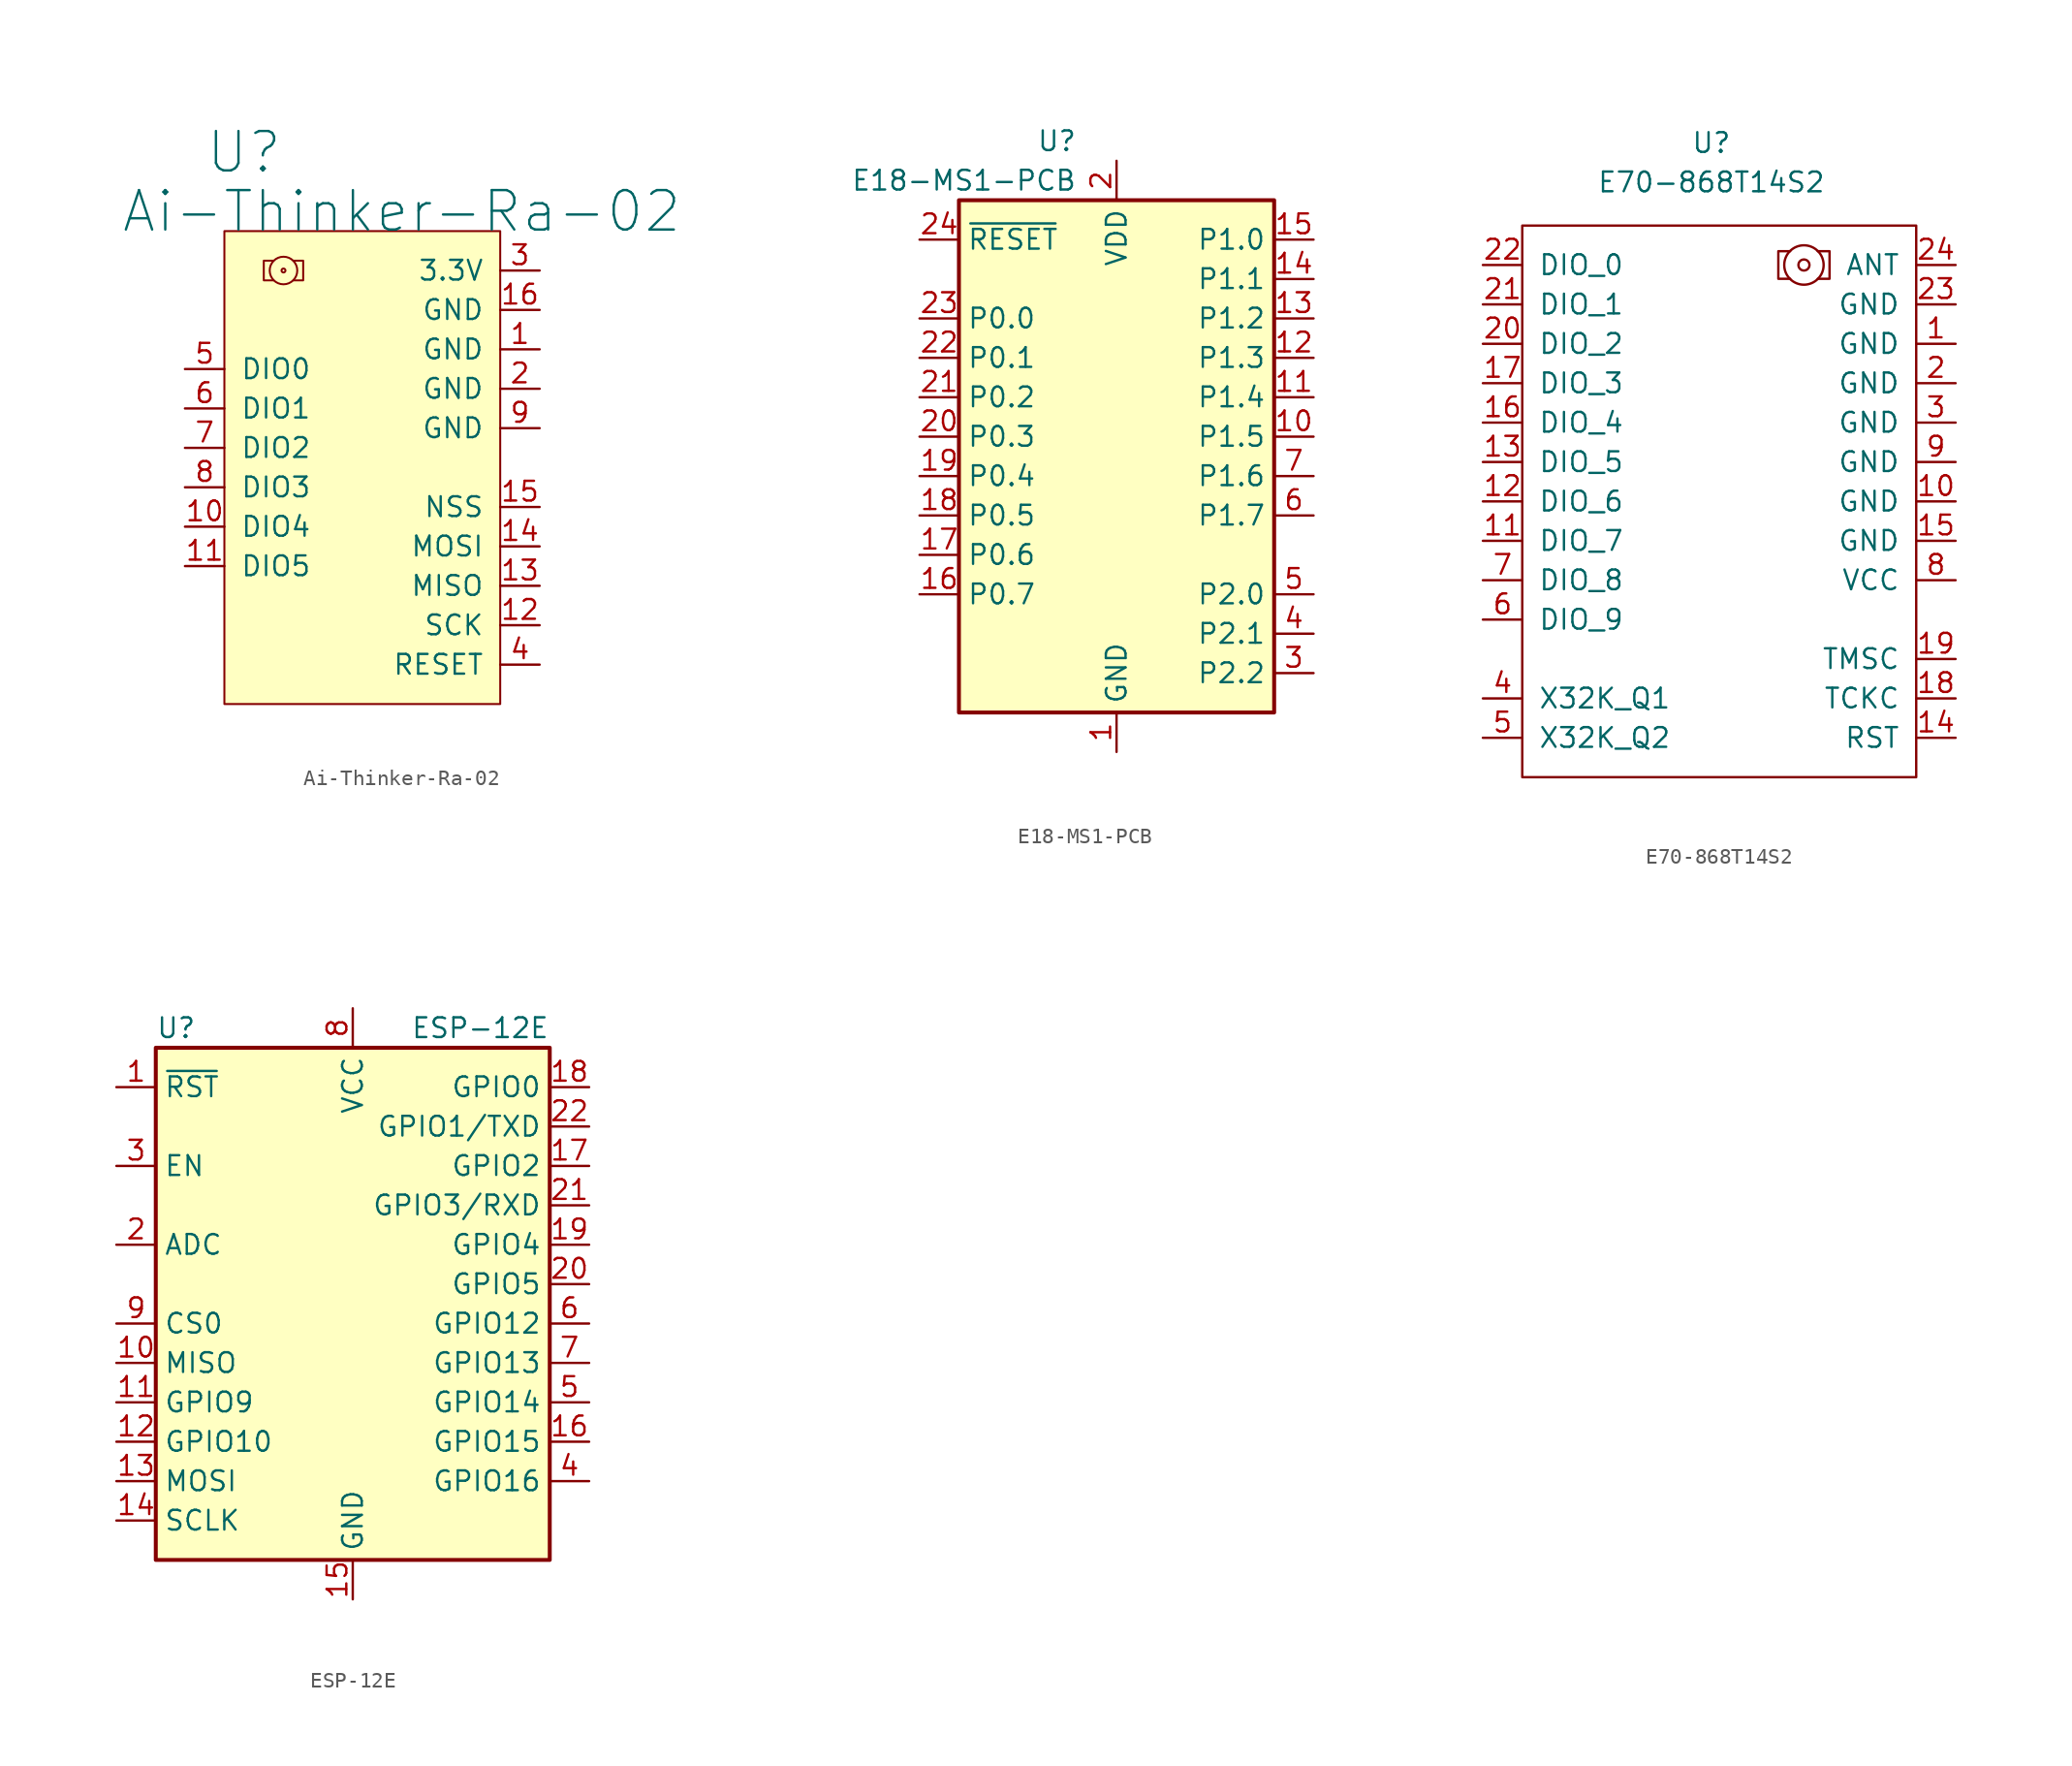
<source format=kicad_sym>
(kicad_symbol_lib
  (version 20201005)
  (generator kicad_symbol_editor)
  (symbol "Ai-Thinker-Ra-02"
    (pin_names
      (offset 1.016))
    (property "Reference" "U"
      (at -7.62 20.32 0)
      (effects (font (size 2.54 2.54))))
    (property "Value" "Ai-Thinker-Ra-02"
      (at 2.54 16.51 0)
      (effects (font (size 2.54 2.54))))
    (symbol "Ai-Thinker-Ra-02_0_0"
      (pin bidirectional line (at -11.43 -3.81 0) (length 2.54) (name "DIO4" (effects (font (size 1.27 1.27)))) (number "10" (effects (font (size 1.27 1.27)))))
      (pin bidirectional line (at -11.43 -6.35 0) (length 2.54) (name "DIO5" (effects (font (size 1.27 1.27)))) (number "11" (effects (font (size 1.27 1.27)))))
      (pin input line (at 11.43 -10.16 180) (length 2.54) (name "SCK" (effects (font (size 1.27 1.27)))) (number "12" (effects (font (size 1.27 1.27)))))
      (pin output line (at 11.43 -7.62 180) (length 2.54) (name "MISO" (effects (font (size 1.27 1.27)))) (number "13" (effects (font (size 1.27 1.27)))))
      (pin input line (at 11.43 -5.08 180) (length 2.54) (name "MOSI" (effects (font (size 1.27 1.27)))) (number "14" (effects (font (size 1.27 1.27)))))
      (pin input line (at 11.43 -2.54 180) (length 2.54) (name "NSS" (effects (font (size 1.27 1.27)))) (number "15" (effects (font (size 1.27 1.27)))))
      (pin unspecified line (at 11.43 10.16 180) (length 2.54) (name "GND" (effects (font (size 1.27 1.27)))) (number "16" (effects (font (size 1.27 1.27)))))
      (pin unspecified line (at 11.43 5.08 180) (length 2.54) (name "GND" (effects (font (size 1.27 1.27)))) (number "2" (effects (font (size 1.27 1.27)))))
      (pin unspecified line (at 11.43 12.7 180) (length 2.54) (name "3.3V" (effects (font (size 1.27 1.27)))) (number "3" (effects (font (size 1.27 1.27)))))
      (pin input line (at 11.43 -12.7 180) (length 2.54) (name "RESET" (effects (font (size 1.27 1.27)))) (number "4" (effects (font (size 1.27 1.27)))))
      (pin bidirectional line (at -11.43 6.35 0) (length 2.54) (name "DIO0" (effects (font (size 1.27 1.27)))) (number "5" (effects (font (size 1.27 1.27)))))
      (pin bidirectional line (at -11.43 3.81 0) (length 2.54) (name "DIO1" (effects (font (size 1.27 1.27)))) (number "6" (effects (font (size 1.27 1.27)))))
      (pin bidirectional line (at -11.43 1.27 0) (length 2.54) (name "DIO2" (effects (font (size 1.27 1.27)))) (number "7" (effects (font (size 1.27 1.27)))))
      (pin bidirectional line (at -11.43 -1.27 0) (length 2.54) (name "DIO3" (effects (font (size 1.27 1.27)))) (number "8" (effects (font (size 1.27 1.27)))))
      (pin unspecified line (at 11.43 2.54 180) (length 2.54) (name "GND" (effects (font (size 1.27 1.27)))) (number "9" (effects (font (size 1.27 1.27))))))
    (symbol "Ai-Thinker-Ra-02_0_1"
      (circle (center -5.08 12.7) (radius 0.127) (stroke (width 0.127)) (fill (type none)))
      (circle (center -5.08 12.7) (radius 0.889) (stroke (width 0.127)) (fill (type none)))
      (rectangle (start 8.89 15.24) (end -8.89 -15.24) (stroke (width 0.127)) (fill (type background)))
      (polyline (pts (xy -5.715 13.335) (xy -6.35 13.335) (xy -6.35 12.065) (xy -5.715 12.065)) (stroke (width 0.127)) (fill (type none)))
      (polyline (pts (xy -4.445 12.065) (xy -3.81 12.065) (xy -3.81 13.335) (xy -4.445 13.335)) (stroke (width 0.127)) (fill (type none))))
    (symbol "Ai-Thinker-Ra-02_1_1"
      (pin unspecified line (at 11.43 7.62 180) (length 2.54) (name "GND" (effects (font (size 1.27 1.27)))) (number "1" (effects (font (size 1.27 1.27)))))))
  (symbol "E18-MS1-PCB"
    (property "Reference" "U"
      (at -2.54 21.59 0)
      (effects (font (size 1.27 1.27)) (justify right)))
    (property "Value" "E18-MS1-PCB"
      (at -2.54 19.05 0)
      (effects (font (size 1.27 1.27)) (justify right)))
    (symbol "E18-MS1-PCB_0_1"
      (rectangle (start -10.16 17.78) (end 10.16 -15.24) (stroke (width 0.254)) (fill (type background))))
    (symbol "E18-MS1-PCB_1_1"
      (pin power_in line (at 0 -17.78 90) (length 2.54) (name "GND" (effects (font (size 1.27 1.27)))) (number "1" (effects (font (size 1.27 1.27)))))
      (pin bidirectional line (at 12.7 2.54 180) (length 2.54) (name "P1.5" (effects (font (size 1.27 1.27)))) (number "10" (effects (font (size 1.27 1.27)))))
      (pin bidirectional line (at 12.7 5.08 180) (length 2.54) (name "P1.4" (effects (font (size 1.27 1.27)))) (number "11" (effects (font (size 1.27 1.27)))))
      (pin bidirectional line (at 12.7 7.62 180) (length 2.54) (name "P1.3" (effects (font (size 1.27 1.27)))) (number "12" (effects (font (size 1.27 1.27)))))
      (pin bidirectional line (at 12.7 10.16 180) (length 2.54) (name "P1.2" (effects (font (size 1.27 1.27)))) (number "13" (effects (font (size 1.27 1.27)))))
      (pin bidirectional line (at 12.7 12.7 180) (length 2.54) (name "P1.1" (effects (font (size 1.27 1.27)))) (number "14" (effects (font (size 1.27 1.27)))))
      (pin bidirectional line (at 12.7 15.24 180) (length 2.54) (name "P1.0" (effects (font (size 1.27 1.27)))) (number "15" (effects (font (size 1.27 1.27)))))
      (pin bidirectional line (at -12.7 -7.62 0) (length 2.54) (name "P0.7" (effects (font (size 1.27 1.27)))) (number "16" (effects (font (size 1.27 1.27)))))
      (pin bidirectional line (at -12.7 -5.08 0) (length 2.54) (name "P0.6" (effects (font (size 1.27 1.27)))) (number "17" (effects (font (size 1.27 1.27)))))
      (pin bidirectional line (at -12.7 -2.54 0) (length 2.54) (name "P0.5" (effects (font (size 1.27 1.27)))) (number "18" (effects (font (size 1.27 1.27)))))
      (pin bidirectional line (at -12.7 0 0) (length 2.54) (name "P0.4" (effects (font (size 1.27 1.27)))) (number "19" (effects (font (size 1.27 1.27)))))
      (pin power_in line (at 0 20.32 270) (length 2.54) (name "VDD" (effects (font (size 1.27 1.27)))) (number "2" (effects (font (size 1.27 1.27)))))
      (pin bidirectional line (at -12.7 2.54 0) (length 2.54) (name "P0.3" (effects (font (size 1.27 1.27)))) (number "20" (effects (font (size 1.27 1.27)))))
      (pin bidirectional line (at -12.7 5.08 0) (length 2.54) (name "P0.2" (effects (font (size 1.27 1.27)))) (number "21" (effects (font (size 1.27 1.27)))))
      (pin bidirectional line (at -12.7 7.62 0) (length 2.54) (name "P0.1" (effects (font (size 1.27 1.27)))) (number "22" (effects (font (size 1.27 1.27)))))
      (pin bidirectional line (at -12.7 10.16 0) (length 2.54) (name "P0.0" (effects (font (size 1.27 1.27)))) (number "23" (effects (font (size 1.27 1.27)))))
      (pin input line (at -12.7 15.24 0) (length 2.54) (name "~RESET" (effects (font (size 1.27 1.27)))) (number "24" (effects (font (size 1.27 1.27)))))
      (pin bidirectional line (at 12.7 -12.7 180) (length 2.54) (name "P2.2" (effects (font (size 1.27 1.27)))) (number "3" (effects (font (size 1.27 1.27)))))
      (pin bidirectional line (at 12.7 -10.16 180) (length 2.54) (name "P2.1" (effects (font (size 1.27 1.27)))) (number "4" (effects (font (size 1.27 1.27)))))
      (pin bidirectional line (at 12.7 -7.62 180) (length 2.54) (name "P2.0" (effects (font (size 1.27 1.27)))) (number "5" (effects (font (size 1.27 1.27)))))
      (pin bidirectional line (at 12.7 -2.54 180) (length 2.54) (name "P1.7" (effects (font (size 1.27 1.27)))) (number "6" (effects (font (size 1.27 1.27)))))
      (pin bidirectional line (at 12.7 0 180) (length 2.54) (name "P1.6" (effects (font (size 1.27 1.27)))) (number "7" (effects (font (size 1.27 1.27)))))
      (pin no_connect line (at -10.16 -10.16 0) (length 2.54) hide (name "NC" (effects (font (size 1.27 1.27)))) (number "8" (effects (font (size 1.27 1.27)))))
      (pin no_connect line (at -10.16 -12.7 0) (length 2.54) hide (name "NC" (effects (font (size 1.27 1.27)))) (number "9" (effects (font (size 1.27 1.27)))))))
  (symbol "E70-868T14S2"
    (pin_names
      (offset 1.016))
    (property "Reference" "U"
      (at -0.508 23.114 0)
      (effects (font (size 1.27 1.27))))
    (property "Value" "E70-868T14S2"
      (at -0.508 20.574 0)
      (effects (font (size 1.27 1.27))))
    (symbol "E70-868T14S2_0_1"
      (circle (center 5.461 15.24) (radius 0.356) (stroke (width 0)) (fill (type none)))
      (circle (center 5.461 15.24) (radius 1.27) (stroke (width 0)) (fill (type none)))
      (rectangle (start -12.7 17.78) (end 12.7 -17.78) (stroke (width 0)) (fill (type none)))
      (polyline (pts (xy 4.572 14.351) (xy 3.81 14.351) (xy 3.81 16.129) (xy 4.572 16.129)) (stroke (width 0)) (fill (type none)))
      (polyline (pts (xy 6.35 16.129) (xy 6.985 16.129) (xy 7.112 16.129) (xy 7.112 14.351) (xy 6.35 14.351)) (stroke (width 0)) (fill (type none))))
    (symbol "E70-868T14S2_1_1"
      (pin passive line (at 15.24 10.16 180) (length 2.54) (name "GND" (effects (font (size 1.27 1.27)))) (number "1" (effects (font (size 1.27 1.27)))))
      (pin passive line (at 15.24 0 180) (length 2.54) (name "GND" (effects (font (size 1.27 1.27)))) (number "10" (effects (font (size 1.27 1.27)))))
      (pin input line (at -15.24 -2.54 0) (length 2.54) (name "DIO_7" (effects (font (size 1.27 1.27)))) (number "11" (effects (font (size 1.27 1.27)))))
      (pin input line (at -15.24 0 0) (length 2.54) (name "DIO_6" (effects (font (size 1.27 1.27)))) (number "12" (effects (font (size 1.27 1.27)))))
      (pin input line (at -15.24 2.54 0) (length 2.54) (name "DIO_5" (effects (font (size 1.27 1.27)))) (number "13" (effects (font (size 1.27 1.27)))))
      (pin input line (at 15.24 -15.24 180) (length 2.54) (name "RST" (effects (font (size 1.27 1.27)))) (number "14" (effects (font (size 1.27 1.27)))))
      (pin passive line (at 15.24 -2.54 180) (length 2.54) (name "GND" (effects (font (size 1.27 1.27)))) (number "15" (effects (font (size 1.27 1.27)))))
      (pin input line (at -15.24 5.08 0) (length 2.54) (name "DIO_4" (effects (font (size 1.27 1.27)))) (number "16" (effects (font (size 1.27 1.27)))))
      (pin input line (at -15.24 7.62 0) (length 2.54) (name "DIO_3" (effects (font (size 1.27 1.27)))) (number "17" (effects (font (size 1.27 1.27)))))
      (pin input line (at 15.24 -12.7 180) (length 2.54) (name "TCKC" (effects (font (size 1.27 1.27)))) (number "18" (effects (font (size 1.27 1.27)))))
      (pin bidirectional line (at 15.24 -10.16 180) (length 2.54) (name "TMSC" (effects (font (size 1.27 1.27)))) (number "19" (effects (font (size 1.27 1.27)))))
      (pin passive line (at 15.24 7.62 180) (length 2.54) (name "GND" (effects (font (size 1.27 1.27)))) (number "2" (effects (font (size 1.27 1.27)))))
      (pin input line (at -15.24 10.16 0) (length 2.54) (name "DIO_2" (effects (font (size 1.27 1.27)))) (number "20" (effects (font (size 1.27 1.27)))))
      (pin input line (at -15.24 12.7 0) (length 2.54) (name "DIO_1" (effects (font (size 1.27 1.27)))) (number "21" (effects (font (size 1.27 1.27)))))
      (pin input line (at -15.24 15.24 0) (length 2.54) (name "DIO_0" (effects (font (size 1.27 1.27)))) (number "22" (effects (font (size 1.27 1.27)))))
      (pin passive line (at 15.24 12.7 180) (length 2.54) (name "GND" (effects (font (size 1.27 1.27)))) (number "23" (effects (font (size 1.27 1.27)))))
      (pin output line (at 15.24 15.24 180) (length 2.54) (name "ANT" (effects (font (size 1.27 1.27)))) (number "24" (effects (font (size 1.27 1.27)))))
      (pin passive line (at 15.24 5.08 180) (length 2.54) (name "GND" (effects (font (size 1.27 1.27)))) (number "3" (effects (font (size 1.27 1.27)))))
      (pin input line (at -15.24 -12.7 0) (length 2.54) (name "X32K_Q1" (effects (font (size 1.27 1.27)))) (number "4" (effects (font (size 1.27 1.27)))))
      (pin input line (at -15.24 -15.24 0) (length 2.54) (name "X32K_Q2" (effects (font (size 1.27 1.27)))) (number "5" (effects (font (size 1.27 1.27)))))
      (pin input line (at -15.24 -7.62 0) (length 2.54) (name "DIO_9" (effects (font (size 1.27 1.27)))) (number "6" (effects (font (size 1.27 1.27)))))
      (pin input line (at -15.24 -5.08 0) (length 2.54) (name "DIO_8" (effects (font (size 1.27 1.27)))) (number "7" (effects (font (size 1.27 1.27)))))
      (pin passive line (at 15.24 -5.08 180) (length 2.54) (name "VCC" (effects (font (size 1.27 1.27)))) (number "8" (effects (font (size 1.27 1.27)))))
      (pin passive line (at 15.24 2.54 180) (length 2.54) (name "GND" (effects (font (size 1.27 1.27)))) (number "9" (effects (font (size 1.27 1.27)))))))
  (symbol "ESP-12E"
    (property "Reference" "U"
      (at -12.7 19.05 0)
      (effects (font (size 1.27 1.27)) (justify left)))
    (property "Value" "ESP-12E"
      (at 12.7 19.05 0)
      (effects (font (size 1.27 1.27)) (justify right)))
    (symbol "ESP-12E_0_1"
      (rectangle (start -12.7 17.78) (end 12.7 -15.24) (stroke (width 0.254)) (fill (type background))))
    (symbol "ESP-12E_1_1"
      (pin input line (at -15.24 15.24 0) (length 2.54) (name "~RST" (effects (font (size 1.27 1.27)))) (number "1" (effects (font (size 1.27 1.27)))))
      (pin bidirectional line (at -15.24 -2.54 0) (length 2.54) (name "MISO" (effects (font (size 1.27 1.27)))) (number "10" (effects (font (size 1.27 1.27)))))
      (pin bidirectional line (at -15.24 -5.08 0) (length 2.54) (name "GPIO9" (effects (font (size 1.27 1.27)))) (number "11" (effects (font (size 1.27 1.27)))))
      (pin bidirectional line (at -15.24 -7.62 0) (length 2.54) (name "GPIO10" (effects (font (size 1.27 1.27)))) (number "12" (effects (font (size 1.27 1.27)))))
      (pin bidirectional line (at -15.24 -10.16 0) (length 2.54) (name "MOSI" (effects (font (size 1.27 1.27)))) (number "13" (effects (font (size 1.27 1.27)))))
      (pin bidirectional line (at -15.24 -12.7 0) (length 2.54) (name "SCLK" (effects (font (size 1.27 1.27)))) (number "14" (effects (font (size 1.27 1.27)))))
      (pin power_in line (at 0 -17.78 90) (length 2.54) (name "GND" (effects (font (size 1.27 1.27)))) (number "15" (effects (font (size 1.27 1.27)))))
      (pin bidirectional line (at 15.24 -7.62 180) (length 2.54) (name "GPIO15" (effects (font (size 1.27 1.27)))) (number "16" (effects (font (size 1.27 1.27)))))
      (pin bidirectional line (at 15.24 10.16 180) (length 2.54) (name "GPIO2" (effects (font (size 1.27 1.27)))) (number "17" (effects (font (size 1.27 1.27)))))
      (pin bidirectional line (at 15.24 15.24 180) (length 2.54) (name "GPIO0" (effects (font (size 1.27 1.27)))) (number "18" (effects (font (size 1.27 1.27)))))
      (pin bidirectional line (at 15.24 5.08 180) (length 2.54) (name "GPIO4" (effects (font (size 1.27 1.27)))) (number "19" (effects (font (size 1.27 1.27)))))
      (pin input line (at -15.24 5.08 0) (length 2.54) (name "ADC" (effects (font (size 1.27 1.27)))) (number "2" (effects (font (size 1.27 1.27)))))
      (pin bidirectional line (at 15.24 2.54 180) (length 2.54) (name "GPIO5" (effects (font (size 1.27 1.27)))) (number "20" (effects (font (size 1.27 1.27)))))
      (pin bidirectional line (at 15.24 7.62 180) (length 2.54) (name "GPIO3/RXD" (effects (font (size 1.27 1.27)))) (number "21" (effects (font (size 1.27 1.27)))))
      (pin bidirectional line (at 15.24 12.7 180) (length 2.54) (name "GPIO1/TXD" (effects (font (size 1.27 1.27)))) (number "22" (effects (font (size 1.27 1.27)))))
      (pin input line (at -15.24 10.16 0) (length 2.54) (name "EN" (effects (font (size 1.27 1.27)))) (number "3" (effects (font (size 1.27 1.27)))))
      (pin bidirectional line (at 15.24 -10.16 180) (length 2.54) (name "GPIO16" (effects (font (size 1.27 1.27)))) (number "4" (effects (font (size 1.27 1.27)))))
      (pin bidirectional line (at 15.24 -5.08 180) (length 2.54) (name "GPIO14" (effects (font (size 1.27 1.27)))) (number "5" (effects (font (size 1.27 1.27)))))
      (pin bidirectional line (at 15.24 0 180) (length 2.54) (name "GPIO12" (effects (font (size 1.27 1.27)))) (number "6" (effects (font (size 1.27 1.27)))))
      (pin bidirectional line (at 15.24 -2.54 180) (length 2.54) (name "GPIO13" (effects (font (size 1.27 1.27)))) (number "7" (effects (font (size 1.27 1.27)))))
      (pin power_in line (at 0 20.32 270) (length 2.54) (name "VCC" (effects (font (size 1.27 1.27)))) (number "8" (effects (font (size 1.27 1.27)))))
      (pin input line (at -15.24 0 0) (length 2.54) (name "CS0" (effects (font (size 1.27 1.27)))) (number "9" (effects (font (size 1.27 1.27))))))))
</source>
